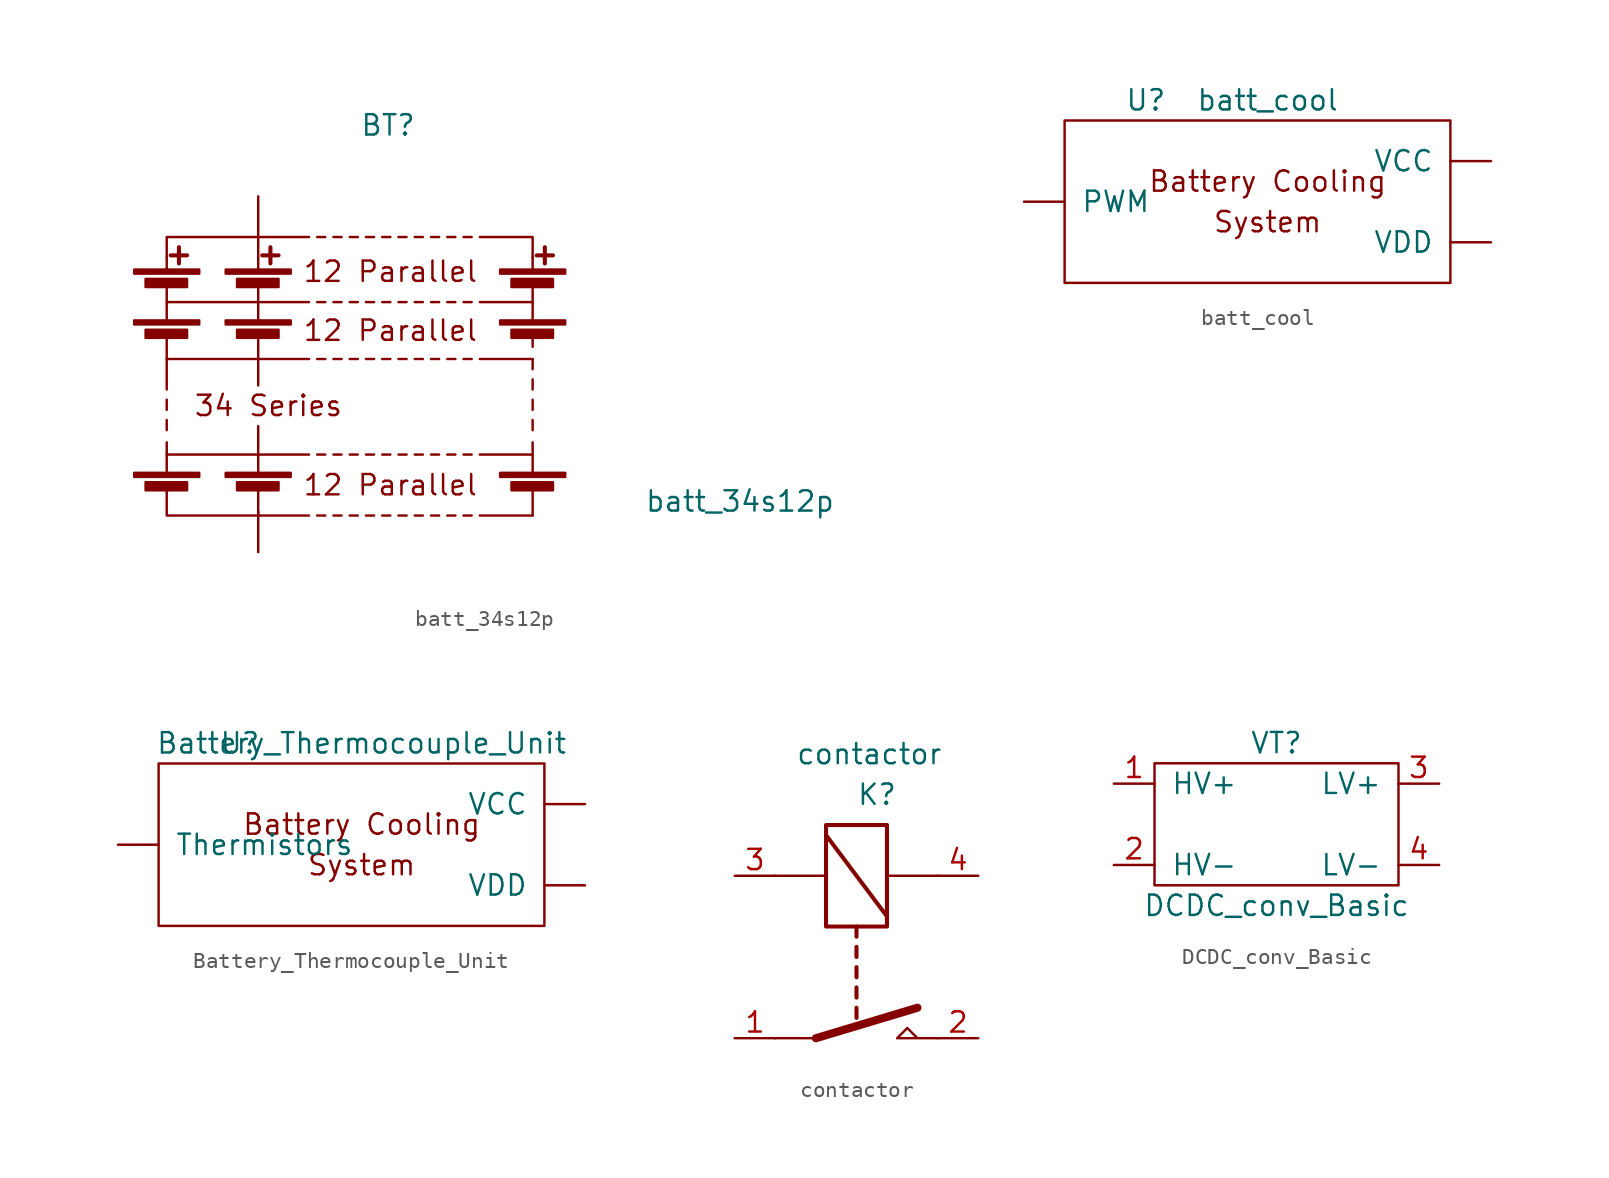
<source format=kicad_sym>
(kicad_symbol_lib
  (version 20211014)
  (generator kicad_symbol_editor)
  (symbol "batt_34s12p"
    (pin_numbers hide)
    (pin_names
      (offset 0) hide)
    (property "Reference" "BT"
      (at 15.875 5.715 0)
      (effects (font (size 1.27 1.27)) (justify left)))
    (property "Value" "batt_34s12p"
      (at 33.655 -17.78 0)
      (effects (font (size 1.27 1.27)) (justify left)))
    (symbol "batt_34s12p_0_0"
      (polyline (pts (xy 3.81 -12.7) (xy 3.81 -13.335)) (stroke (width 0) (type default) (color 0 0 0 0)) (fill (type none)))
      (polyline (pts (xy 3.81 -11.43) (xy 3.81 -12.065)) (stroke (width 0) (type default) (color 0 0 0 0)) (fill (type none)))
      (polyline (pts (xy 3.81 -8.89) (xy 9.525 -8.89)) (stroke (width 0) (type default) (color 0 0 0 0)) (fill (type none)))
      (polyline (pts (xy 3.81 -7.62) (xy 3.81 -10.795)) (stroke (width 0) (type default) (color 0 0 0 0)) (fill (type none)))
      (polyline (pts (xy 9.525 -13.081) (xy 9.525 -16.129)) (stroke (width 0) (type default) (color 0 0 0 0)) (fill (type none)))
      (polyline (pts (xy 9.525 -8.89) (xy 12.7 -8.89)) (stroke (width 0) (type default) (color 0 0 0 0)) (fill (type none)))
      (polyline (pts (xy 9.525 -7.366) (xy 9.525 -10.541)) (stroke (width 0) (type default) (color 0 0 0 0)) (fill (type none)))
      (text "12 Parallel" (at 17.78 -3.429 0) (effects (font (size 1.27 1.27))))
      (text "34 Series" (at 10.16 -11.811 0) (effects (font (size 1.27 1.27)))))
    (symbol "batt_34s12p_0_1"
      (polyline (pts (xy 3.81 -16.129) (xy 3.81 -14.097)) (stroke (width 0) (type default) (color 0 0 0 0)) (fill (type none)))
      (polyline (pts (xy 3.81 -5.334) (xy 12.7 -5.334)) (stroke (width 0) (type default) (color 0 0 0 0)) (fill (type none)))
      (polyline (pts (xy 3.81 -4.064) (xy 3.81 -6.604)) (stroke (width 0) (type default) (color 0 0 0 0)) (fill (type none)))
      (polyline (pts (xy 9.525 -17.018) (xy 9.525 -18.669)) (stroke (width 0) (type default) (color 0 0 0 0)) (fill (type none)))
      (polyline (pts (xy 9.525 -1.27) (xy 12.7 -1.27)) (stroke (width 0) (type default) (color 0 0 0 0)) (fill (type none)))
      (polyline (pts (xy 13.208 -5.334) (xy 13.716 -5.334)) (stroke (width 0) (type default) (color 0 0 0 0)) (fill (type none)))
      (polyline (pts (xy 13.208 -1.27) (xy 13.716 -1.27)) (stroke (width 0) (type default) (color 0 0 0 0)) (fill (type none)))
      (polyline (pts (xy 14.224 -5.334) (xy 14.732 -5.334)) (stroke (width 0) (type default) (color 0 0 0 0)) (fill (type none)))
      (polyline (pts (xy 14.224 -1.27) (xy 14.732 -1.27)) (stroke (width 0) (type default) (color 0 0 0 0)) (fill (type none)))
      (polyline (pts (xy 15.24 -5.334) (xy 15.748 -5.334)) (stroke (width 0) (type default) (color 0 0 0 0)) (fill (type none)))
      (polyline (pts (xy 15.24 -1.27) (xy 15.748 -1.27)) (stroke (width 0) (type default) (color 0 0 0 0)) (fill (type none)))
      (polyline (pts (xy 16.256 -5.334) (xy 16.764 -5.334)) (stroke (width 0) (type default) (color 0 0 0 0)) (fill (type none)))
      (polyline (pts (xy 16.256 -1.27) (xy 16.764 -1.27)) (stroke (width 0) (type default) (color 0 0 0 0)) (fill (type none)))
      (polyline (pts (xy 17.272 -5.334) (xy 17.78 -5.334)) (stroke (width 0) (type default) (color 0 0 0 0)) (fill (type none)))
      (polyline (pts (xy 17.272 -1.27) (xy 17.78 -1.27)) (stroke (width 0) (type default) (color 0 0 0 0)) (fill (type none)))
      (polyline (pts (xy 23.368 -18.669) (xy 26.67 -18.669)) (stroke (width 0) (type default) (color 0 0 0 0)) (fill (type none)))
      (polyline (pts (xy 26.67 -18.669) (xy 26.67 -17.145)) (stroke (width 0) (type default) (color 0 0 0 0)) (fill (type none)))
      (polyline (pts (xy 26.67 -5.334) (xy 23.368 -5.334)) (stroke (width 0) (type default) (color 0 0 0 0)) (fill (type none)))
      (polyline (pts (xy 3.81 -17.145) (xy 3.81 -18.669) (xy 12.7 -18.669)) (stroke (width 0) (type default) (color 0 0 0 0)) (fill (type none)))
      (polyline (pts (xy 23.368 -1.27) (xy 26.67 -1.27) (xy 26.67 -2.54)) (stroke (width 0) (type default) (color 0 0 0 0)) (fill (type none)))
      (polyline (pts (xy 3.81 -2.54) (xy 3.81 -1.27) (xy 9.525 -1.27) (xy 9.525 -2.54)) (stroke (width 0) (type default) (color 0 0 0 0)) (fill (type none))))
    (symbol "batt_34s12p_1_1"
      (polyline (pts (xy 3.81 -14.859) (xy 12.7 -14.859)) (stroke (width 0) (type default) (color 0 0 0 0)) (fill (type none)))
      (polyline (pts (xy 3.81 -3.302) (xy 3.81 -2.54)) (stroke (width 0) (type default) (color 0 0 0 0)) (fill (type none)))
      (polyline (pts (xy 4.064 -2.413) (xy 5.08 -2.413)) (stroke (width 0.254) (type default) (color 0 0 0 0)) (fill (type none)))
      (polyline (pts (xy 4.572 -1.905) (xy 4.572 -2.921)) (stroke (width 0.254) (type default) (color 0 0 0 0)) (fill (type none)))
      (polyline (pts (xy 9.525 -4.064) (xy 9.525 -6.604)) (stroke (width 0) (type default) (color 0 0 0 0)) (fill (type none)))
      (polyline (pts (xy 9.525 -3.302) (xy 9.525 -2.54)) (stroke (width 0) (type default) (color 0 0 0 0)) (fill (type none)))
      (polyline (pts (xy 9.779 -2.413) (xy 10.795 -2.413)) (stroke (width 0.254) (type default) (color 0 0 0 0)) (fill (type none)))
      (polyline (pts (xy 10.287 -1.905) (xy 10.287 -2.921)) (stroke (width 0.254) (type default) (color 0 0 0 0)) (fill (type none)))
      (polyline (pts (xy 13.208 -18.669) (xy 13.716 -18.669)) (stroke (width 0) (type default) (color 0 0 0 0)) (fill (type none)))
      (polyline (pts (xy 13.208 -14.859) (xy 13.716 -14.859)) (stroke (width 0) (type default) (color 0 0 0 0)) (fill (type none)))
      (polyline (pts (xy 13.208 -8.89) (xy 13.716 -8.89)) (stroke (width 0) (type default) (color 0 0 0 0)) (fill (type none)))
      (polyline (pts (xy 14.224 -18.669) (xy 14.732 -18.669)) (stroke (width 0) (type default) (color 0 0 0 0)) (fill (type none)))
      (polyline (pts (xy 14.224 -14.859) (xy 14.732 -14.859)) (stroke (width 0) (type default) (color 0 0 0 0)) (fill (type none)))
      (polyline (pts (xy 14.224 -8.89) (xy 14.732 -8.89)) (stroke (width 0) (type default) (color 0 0 0 0)) (fill (type none)))
      (polyline (pts (xy 15.24 -18.669) (xy 15.748 -18.669)) (stroke (width 0) (type default) (color 0 0 0 0)) (fill (type none)))
      (polyline (pts (xy 15.24 -14.859) (xy 15.748 -14.859)) (stroke (width 0) (type default) (color 0 0 0 0)) (fill (type none)))
      (polyline (pts (xy 15.24 -8.89) (xy 15.748 -8.89)) (stroke (width 0) (type default) (color 0 0 0 0)) (fill (type none)))
      (polyline (pts (xy 16.256 -18.669) (xy 16.764 -18.669)) (stroke (width 0) (type default) (color 0 0 0 0)) (fill (type none)))
      (polyline (pts (xy 16.256 -14.859) (xy 16.764 -14.859)) (stroke (width 0) (type default) (color 0 0 0 0)) (fill (type none)))
      (polyline (pts (xy 16.256 -8.89) (xy 16.764 -8.89)) (stroke (width 0) (type default) (color 0 0 0 0)) (fill (type none)))
      (polyline (pts (xy 17.272 -18.669) (xy 17.78 -18.669)) (stroke (width 0) (type default) (color 0 0 0 0)) (fill (type none)))
      (polyline (pts (xy 17.272 -14.859) (xy 17.78 -14.859)) (stroke (width 0) (type default) (color 0 0 0 0)) (fill (type none)))
      (polyline (pts (xy 17.272 -8.89) (xy 17.78 -8.89)) (stroke (width 0) (type default) (color 0 0 0 0)) (fill (type none)))
      (polyline (pts (xy 18.288 -18.669) (xy 18.796 -18.669)) (stroke (width 0) (type default) (color 0 0 0 0)) (fill (type none)))
      (polyline (pts (xy 18.288 -14.859) (xy 18.796 -14.859)) (stroke (width 0) (type default) (color 0 0 0 0)) (fill (type none)))
      (polyline (pts (xy 18.288 -8.89) (xy 18.796 -8.89)) (stroke (width 0) (type default) (color 0 0 0 0)) (fill (type none)))
      (polyline (pts (xy 18.288 -5.334) (xy 18.796 -5.334)) (stroke (width 0) (type default) (color 0 0 0 0)) (fill (type none)))
      (polyline (pts (xy 18.288 -1.27) (xy 18.796 -1.27)) (stroke (width 0) (type default) (color 0 0 0 0)) (fill (type none)))
      (polyline (pts (xy 19.304 -18.669) (xy 19.812 -18.669)) (stroke (width 0) (type default) (color 0 0 0 0)) (fill (type none)))
      (polyline (pts (xy 19.304 -14.859) (xy 19.812 -14.859)) (stroke (width 0) (type default) (color 0 0 0 0)) (fill (type none)))
      (polyline (pts (xy 19.304 -8.89) (xy 19.812 -8.89)) (stroke (width 0) (type default) (color 0 0 0 0)) (fill (type none)))
      (polyline (pts (xy 19.304 -5.334) (xy 19.812 -5.334)) (stroke (width 0) (type default) (color 0 0 0 0)) (fill (type none)))
      (polyline (pts (xy 19.304 -1.27) (xy 19.812 -1.27)) (stroke (width 0) (type default) (color 0 0 0 0)) (fill (type none)))
      (polyline (pts (xy 20.32 -18.669) (xy 20.828 -18.669)) (stroke (width 0) (type default) (color 0 0 0 0)) (fill (type none)))
      (polyline (pts (xy 20.32 -14.859) (xy 20.828 -14.859)) (stroke (width 0) (type default) (color 0 0 0 0)) (fill (type none)))
      (polyline (pts (xy 20.32 -8.89) (xy 20.828 -8.89)) (stroke (width 0) (type default) (color 0 0 0 0)) (fill (type none)))
      (polyline (pts (xy 20.32 -5.334) (xy 20.828 -5.334)) (stroke (width 0) (type default) (color 0 0 0 0)) (fill (type none)))
      (polyline (pts (xy 20.32 -1.27) (xy 20.828 -1.27)) (stroke (width 0) (type default) (color 0 0 0 0)) (fill (type none)))
      (polyline (pts (xy 21.336 -18.669) (xy 21.844 -18.669)) (stroke (width 0) (type default) (color 0 0 0 0)) (fill (type none)))
      (polyline (pts (xy 21.336 -14.859) (xy 21.844 -14.859)) (stroke (width 0) (type default) (color 0 0 0 0)) (fill (type none)))
      (polyline (pts (xy 21.336 -8.89) (xy 21.844 -8.89)) (stroke (width 0) (type default) (color 0 0 0 0)) (fill (type none)))
      (polyline (pts (xy 21.336 -5.334) (xy 21.844 -5.334)) (stroke (width 0) (type default) (color 0 0 0 0)) (fill (type none)))
      (polyline (pts (xy 21.336 -1.27) (xy 21.844 -1.27)) (stroke (width 0) (type default) (color 0 0 0 0)) (fill (type none)))
      (polyline (pts (xy 22.352 -18.669) (xy 22.86 -18.669)) (stroke (width 0) (type default) (color 0 0 0 0)) (fill (type none)))
      (polyline (pts (xy 22.352 -14.859) (xy 22.86 -14.859)) (stroke (width 0) (type default) (color 0 0 0 0)) (fill (type none)))
      (polyline (pts (xy 22.352 -8.89) (xy 22.86 -8.89)) (stroke (width 0) (type default) (color 0 0 0 0)) (fill (type none)))
      (polyline (pts (xy 22.352 -5.334) (xy 22.86 -5.334)) (stroke (width 0) (type default) (color 0 0 0 0)) (fill (type none)))
      (polyline (pts (xy 22.352 -1.27) (xy 22.86 -1.27)) (stroke (width 0) (type default) (color 0 0 0 0)) (fill (type none)))
      (polyline (pts (xy 26.67 -16.129) (xy 26.67 -14.097)) (stroke (width 0) (type default) (color 0 0 0 0)) (fill (type none)))
      (polyline (pts (xy 26.67 -14.859) (xy 23.368 -14.859)) (stroke (width 0) (type default) (color 0 0 0 0)) (fill (type none)))
      (polyline (pts (xy 26.67 -12.7) (xy 26.67 -13.335)) (stroke (width 0) (type default) (color 0 0 0 0)) (fill (type none)))
      (polyline (pts (xy 26.67 -11.43) (xy 26.67 -12.065)) (stroke (width 0) (type default) (color 0 0 0 0)) (fill (type none)))
      (polyline (pts (xy 26.67 -10.16) (xy 26.67 -10.795)) (stroke (width 0) (type default) (color 0 0 0 0)) (fill (type none)))
      (polyline (pts (xy 26.67 -8.89) (xy 23.368 -8.89)) (stroke (width 0) (type default) (color 0 0 0 0)) (fill (type none)))
      (polyline (pts (xy 26.67 -8.89) (xy 26.67 -9.525)) (stroke (width 0) (type default) (color 0 0 0 0)) (fill (type none)))
      (polyline (pts (xy 26.67 -8.128) (xy 26.67 -7.62)) (stroke (width 0) (type default) (color 0 0 0 0)) (fill (type none)))
      (polyline (pts (xy 26.67 -4.064) (xy 26.67 -6.604)) (stroke (width 0) (type default) (color 0 0 0 0)) (fill (type none)))
      (polyline (pts (xy 26.67 -3.302) (xy 26.67 -2.54)) (stroke (width 0) (type default) (color 0 0 0 0)) (fill (type none)))
      (polyline (pts (xy 26.924 -2.413) (xy 27.94 -2.413)) (stroke (width 0.254) (type default) (color 0 0 0 0)) (fill (type none)))
      (polyline (pts (xy 27.432 -1.905) (xy 27.432 -2.921)) (stroke (width 0.254) (type default) (color 0 0 0 0)) (fill (type none)))
      (rectangle (start 1.778 -16.002) (end 5.842 -16.256) (stroke (width 0) (type default) (color 0 0 0 0)) (fill (type outline)))
      (rectangle (start 1.778 -6.477) (end 5.842 -6.731) (stroke (width 0) (type default) (color 0 0 0 0)) (fill (type outline)))
      (rectangle (start 1.778 -3.302) (end 5.842 -3.556) (stroke (width 0) (type default) (color 0 0 0 0)) (fill (type outline)))
      (rectangle (start 2.489 -16.586) (end 5.08 -17.094) (stroke (width 0) (type default) (color 0 0 0 0)) (fill (type outline)))
      (rectangle (start 2.489 -7.061) (end 5.08 -7.569) (stroke (width 0) (type default) (color 0 0 0 0)) (fill (type outline)))
      (rectangle (start 2.489 -3.886) (end 5.08 -4.394) (stroke (width 0) (type default) (color 0 0 0 0)) (fill (type outline)))
      (rectangle (start 7.493 -16.002) (end 11.557 -16.256) (stroke (width 0) (type default) (color 0 0 0 0)) (fill (type outline)))
      (rectangle (start 7.493 -6.477) (end 11.557 -6.731) (stroke (width 0) (type default) (color 0 0 0 0)) (fill (type outline)))
      (rectangle (start 7.493 -3.302) (end 11.557 -3.556) (stroke (width 0) (type default) (color 0 0 0 0)) (fill (type outline)))
      (rectangle (start 8.204 -16.586) (end 10.795 -17.094) (stroke (width 0) (type default) (color 0 0 0 0)) (fill (type outline)))
      (rectangle (start 8.204 -7.061) (end 10.795 -7.569) (stroke (width 0) (type default) (color 0 0 0 0)) (fill (type outline)))
      (rectangle (start 8.204 -3.886) (end 10.795 -4.394) (stroke (width 0) (type default) (color 0 0 0 0)) (fill (type outline)))
      (rectangle (start 24.638 -16.002) (end 28.702 -16.256) (stroke (width 0) (type default) (color 0 0 0 0)) (fill (type outline)))
      (rectangle (start 24.638 -6.477) (end 28.702 -6.731) (stroke (width 0) (type default) (color 0 0 0 0)) (fill (type outline)))
      (rectangle (start 24.638 -3.302) (end 28.702 -3.556) (stroke (width 0) (type default) (color 0 0 0 0)) (fill (type outline)))
      (rectangle (start 25.349 -16.586) (end 27.94 -17.094) (stroke (width 0) (type default) (color 0 0 0 0)) (fill (type outline)))
      (rectangle (start 25.349 -7.061) (end 27.94 -7.569) (stroke (width 0) (type default) (color 0 0 0 0)) (fill (type outline)))
      (rectangle (start 25.349 -3.886) (end 27.94 -4.394) (stroke (width 0) (type default) (color 0 0 0 0)) (fill (type outline)))
      (text "12 Parallel" (at 17.78 -16.764 0) (effects (font (size 1.27 1.27))))
      (text "12 Parallel" (at 17.78 -7.112 0) (effects (font (size 1.27 1.27))))
      (pin passive line (at 9.525 1.27 270) (length 2.54) (name "+" (effects (font (size 1.27 1.27)))) (number "1" (effects (font (size 1.27 1.27)))))
      (pin passive line (at 9.525 -20.955 90) (length 2.54) (name "-" (effects (font (size 1.27 1.27)))) (number "2" (effects (font (size 1.27 1.27)))))))
  (symbol "batt_cool"
    (pin_names
      (offset 1.016))
    (property "Reference" "U"
      (at -7.62 6.35 0)
      (effects (font (size 1.27 1.27))))
    (property "Value" "batt_cool"
      (at 0 6.35 0)
      (effects (font (size 1.27 1.27))))
    (symbol "batt_cool_0_0"
      (text "Battery Cooling" (at 0 1.27 0) (effects (font (size 1.27 1.27))))
      (text "System" (at 0 -1.27 0) (effects (font (size 1.27 1.27)))))
    (symbol "batt_cool_0_1"
      (rectangle (start -12.7 5.08) (end 11.43 -5.08) (stroke (width 0) (type default) (color 0 0 0 0)) (fill (type none))))
    (symbol "batt_cool_1_1"
      (pin passive line (at -15.24 0 0) (length 2.54) (name "PWM" (effects (font (size 1.27 1.27)))) (number "~" (effects (font (size 1.27 1.27)))))
      (pin passive line (at 13.97 2.54 180) (length 2.54) (name "VCC" (effects (font (size 1.27 1.27)))) (number "~" (effects (font (size 1.27 1.27)))))
      (pin passive line (at 13.97 -2.54 180) (length 2.54) (name "VDD" (effects (font (size 1.27 1.27)))) (number "~" (effects (font (size 1.27 1.27)))))))
  (symbol "Battery_Thermocouple_Unit"
    (pin_names
      (offset 1.016))
    (property "Reference" "U"
      (at -7.62 6.35 0)
      (effects (font (size 1.27 1.27))))
    (property "Value" "Battery_Thermocouple_Unit"
      (at 0 6.35 0)
      (effects (font (size 1.27 1.27))))
    (symbol "Battery_Thermocouple_Unit_0_0"
      (text "Battery Cooling" (at 0 1.27 0) (effects (font (size 1.27 1.27))))
      (text "System" (at 0 -1.27 0) (effects (font (size 1.27 1.27)))))
    (symbol "Battery_Thermocouple_Unit_0_1"
      (rectangle (start -12.7 5.08) (end 11.43 -5.08) (stroke (width 0) (type default) (color 0 0 0 0)) (fill (type none))))
    (symbol "Battery_Thermocouple_Unit_1_1"
      (pin passive line (at -15.24 0 0) (length 2.54) (name "Thermistors" (effects (font (size 1.27 1.27)))) (number "~" (effects (font (size 1.27 1.27)))))
      (pin passive line (at 13.97 2.54 180) (length 2.54) (name "VCC" (effects (font (size 1.27 1.27)))) (number "~" (effects (font (size 1.27 1.27)))))
      (pin passive line (at 13.97 -2.54 180) (length 2.54) (name "VDD" (effects (font (size 1.27 1.27)))) (number "~" (effects (font (size 1.27 1.27)))))))
  (symbol "contactor"
    (property "Reference" "K"
      (at 0 8.89 0)
      (effects (font (size 1.27 1.27)) (justify left)))
    (property "Value" "contactor"
      (at -3.81 11.43 0)
      (effects (font (size 1.27 1.27)) (justify left)))
    (symbol "contactor_0_0"
      (polyline (pts (xy 5.08 -6.35) (xy 2.54 -6.35) (xy 3.175 -5.715) (xy 3.81 -6.35)) (stroke (width 0) (type default) (color 0 0 0 0)) (fill (type none))))
    (symbol "contactor_0_1"
      (polyline (pts (xy -5.08 3.81) (xy -1.905 3.81)) (stroke (width 0) (type default) (color 0 0 0 0)) (fill (type none)))
      (polyline (pts (xy -2.54 -6.35) (xy -5.08 -6.35)) (stroke (width 0) (type default) (color 0 0 0 0)) (fill (type none)))
      (polyline (pts (xy -2.54 -6.35) (xy 3.81 -4.445)) (stroke (width 0.508) (type default) (color 0 0 0 0)) (fill (type none)))
      (polyline (pts (xy -1.905 6.35) (xy 1.905 1.27)) (stroke (width 0.254) (type default) (color 0 0 0 0)) (fill (type none)))
      (polyline (pts (xy 0 -4.445) (xy 0 -5.08)) (stroke (width 0.254) (type default) (color 0 0 0 0)) (fill (type none)))
      (polyline (pts (xy 0 -3.175) (xy 0 -3.81)) (stroke (width 0.254) (type default) (color 0 0 0 0)) (fill (type none)))
      (polyline (pts (xy 0 -1.905) (xy 0 -2.54)) (stroke (width 0.254) (type default) (color 0 0 0 0)) (fill (type none)))
      (polyline (pts (xy 0 -0.635) (xy 0 -1.27)) (stroke (width 0.254) (type default) (color 0 0 0 0)) (fill (type none)))
      (polyline (pts (xy 0 0.635) (xy 0 0)) (stroke (width 0.254) (type default) (color 0 0 0 0)) (fill (type none)))
      (polyline (pts (xy 5.08 3.81) (xy 1.905 3.81)) (stroke (width 0) (type default) (color 0 0 0 0)) (fill (type none)))
      (rectangle (start 1.905 6.985) (end -1.905 0.635) (stroke (width 0.254) (type default) (color 0 0 0 0)) (fill (type none))))
    (symbol "contactor_1_1"
      (pin passive line (at -7.62 -6.35 0) (length 2.54) (name "~" (effects (font (size 1.27 1.27)))) (number "1" (effects (font (size 1.27 1.27)))))
      (pin passive line (at 7.62 -6.35 180) (length 2.54) (name "~" (effects (font (size 1.27 1.27)))) (number "2" (effects (font (size 1.27 1.27)))))
      (pin passive line (at -7.62 3.81 0) (length 2.54) (name "~" (effects (font (size 1.27 1.27)))) (number "3" (effects (font (size 1.27 1.27)))))
      (pin passive line (at 7.62 3.81 180) (length 2.54) (name "~" (effects (font (size 1.27 1.27)))) (number "4" (effects (font (size 1.27 1.27)))))))
  (symbol "DCDC_conv_Basic"
    (pin_names
      (offset 1.016))
    (property "Reference" "VT"
      (at 0 5.08 0)
      (effects (font (size 1.27 1.27))))
    (property "Value" "DCDC_conv_Basic"
      (at 0 -5.08 0)
      (effects (font (size 1.27 1.27))))
    (symbol "DCDC_conv_Basic_0_1"
      (rectangle (start -7.62 3.81) (end 7.62 -3.81) (stroke (width 0) (type default) (color 0 0 0 0)) (fill (type none))))
    (symbol "DCDC_conv_Basic_1_1"
      (pin power_in line (at -10.16 2.54 0) (length 2.54) (name "HV+" (effects (font (size 1.27 1.27)))) (number "1" (effects (font (size 1.27 1.27)))))
      (pin power_in line (at -10.16 -2.54 0) (length 2.54) (name "HV-" (effects (font (size 1.27 1.27)))) (number "2" (effects (font (size 1.27 1.27)))))
      (pin power_out line (at 10.16 2.54 180) (length 2.54) (name "LV+" (effects (font (size 1.27 1.27)))) (number "3" (effects (font (size 1.27 1.27)))))
      (pin power_out line (at 10.16 -2.54 180) (length 2.54) (name "LV-" (effects (font (size 1.27 1.27)))) (number "4" (effects (font (size 1.27 1.27))))))))
</source>
